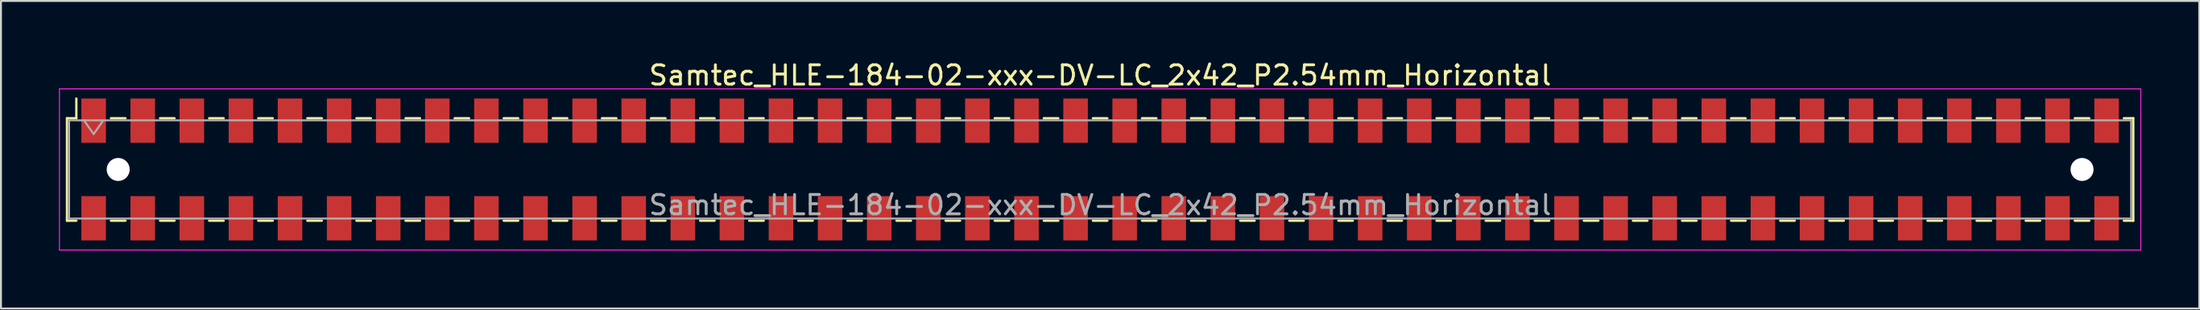
<source format=kicad_pcb>
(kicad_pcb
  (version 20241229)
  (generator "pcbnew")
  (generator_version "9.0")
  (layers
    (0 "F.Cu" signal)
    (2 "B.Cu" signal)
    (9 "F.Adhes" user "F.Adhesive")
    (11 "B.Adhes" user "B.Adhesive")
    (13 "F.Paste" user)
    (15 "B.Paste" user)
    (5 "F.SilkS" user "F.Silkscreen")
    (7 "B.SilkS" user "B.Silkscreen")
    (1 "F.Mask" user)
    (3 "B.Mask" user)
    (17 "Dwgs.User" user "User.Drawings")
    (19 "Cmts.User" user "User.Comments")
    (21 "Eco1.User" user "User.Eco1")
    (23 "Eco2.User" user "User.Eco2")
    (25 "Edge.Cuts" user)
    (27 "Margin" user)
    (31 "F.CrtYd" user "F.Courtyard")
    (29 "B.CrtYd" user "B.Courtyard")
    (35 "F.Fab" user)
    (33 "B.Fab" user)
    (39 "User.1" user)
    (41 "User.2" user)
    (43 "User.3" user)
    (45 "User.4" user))
  (footprint "Samtec_HLE-184-02-xxx-DV-LC_2x42_P2.54mm_Horizontal"
    (layer "F.Cu")
    (at 53.865 5.718)
    (property "Reference" "Samtec_HLE-184-02-xxx-DV-LC_2x42_P2.54mm_Horizontal" (at 0 -4.87 0) (layer "F.SilkS") (effects (font (size 1 1) (thickness 0.15))))
    (attr smd)
    (fp_line (start -53.45 -2.65) (end -53.45 2.65) (stroke (width 0.12) (type solid)) (layer "F.SilkS"))
    (fp_line (start -53.45 2.65) (end -52.965 2.65) (stroke (width 0.12) (type solid)) (layer "F.SilkS"))
    (fp_line (start -52.965 -3.67) (end -52.965 -2.65) (stroke (width 0.12) (type solid)) (layer "F.SilkS"))
    (fp_line (start -52.965 -2.65) (end -53.45 -2.65) (stroke (width 0.12) (type solid)) (layer "F.SilkS"))
    (fp_line (start -51.175 -2.65) (end -50.425 -2.65) (stroke (width 0.12) (type solid)) (layer "F.SilkS"))
    (fp_line (start -51.175 2.65) (end -50.425 2.65) (stroke (width 0.12) (type solid)) (layer "F.SilkS"))
    (fp_line (start -48.635 -2.65) (end -47.885 -2.65) (stroke (width 0.12) (type solid)) (layer "F.SilkS"))
    (fp_line (start -48.635 2.65) (end -47.885 2.65) (stroke (width 0.12) (type solid)) (layer "F.SilkS"))
    (fp_line (start -46.095 -2.65) (end -45.345 -2.65) (stroke (width 0.12) (type solid)) (layer "F.SilkS"))
    (fp_line (start -46.095 2.65) (end -45.345 2.65) (stroke (width 0.12) (type solid)) (layer "F.SilkS"))
    (fp_line (start -43.555 -2.65) (end -42.805 -2.65) (stroke (width 0.12) (type solid)) (layer "F.SilkS"))
    (fp_line (start -43.555 2.65) (end -42.805 2.65) (stroke (width 0.12) (type solid)) (layer "F.SilkS"))
    (fp_line (start -41.015 -2.65) (end -40.265 -2.65) (stroke (width 0.12) (type solid)) (layer "F.SilkS"))
    (fp_line (start -41.015 2.65) (end -40.265 2.65) (stroke (width 0.12) (type solid)) (layer "F.SilkS"))
    (fp_line (start -38.475 -2.65) (end -37.725 -2.65) (stroke (width 0.12) (type solid)) (layer "F.SilkS"))
    (fp_line (start -38.475 2.65) (end -37.725 2.65) (stroke (width 0.12) (type solid)) (layer "F.SilkS"))
    (fp_line (start -35.935 -2.65) (end -35.185 -2.65) (stroke (width 0.12) (type solid)) (layer "F.SilkS"))
    (fp_line (start -35.935 2.65) (end -35.185 2.65) (stroke (width 0.12) (type solid)) (layer "F.SilkS"))
    (fp_line (start -33.395 -2.65) (end -32.645 -2.65) (stroke (width 0.12) (type solid)) (layer "F.SilkS"))
    (fp_line (start -33.395 2.65) (end -32.645 2.65) (stroke (width 0.12) (type solid)) (layer "F.SilkS"))
    (fp_line (start -30.855 -2.65) (end -30.105 -2.65) (stroke (width 0.12) (type solid)) (layer "F.SilkS"))
    (fp_line (start -30.855 2.65) (end -30.105 2.65) (stroke (width 0.12) (type solid)) (layer "F.SilkS"))
    (fp_line (start -28.315 -2.65) (end -27.565 -2.65) (stroke (width 0.12) (type solid)) (layer "F.SilkS"))
    (fp_line (start -28.315 2.65) (end -27.565 2.65) (stroke (width 0.12) (type solid)) (layer "F.SilkS"))
    (fp_line (start -25.775 -2.65) (end -25.025 -2.65) (stroke (width 0.12) (type solid)) (layer "F.SilkS"))
    (fp_line (start -25.775 2.65) (end -25.025 2.65) (stroke (width 0.12) (type solid)) (layer "F.SilkS"))
    (fp_line (start -23.235 -2.65) (end -22.485 -2.65) (stroke (width 0.12) (type solid)) (layer "F.SilkS"))
    (fp_line (start -23.235 2.65) (end -22.485 2.65) (stroke (width 0.12) (type solid)) (layer "F.SilkS"))
    (fp_line (start -20.695 -2.65) (end -19.945 -2.65) (stroke (width 0.12) (type solid)) (layer "F.SilkS"))
    (fp_line (start -20.695 2.65) (end -19.945 2.65) (stroke (width 0.12) (type solid)) (layer "F.SilkS"))
    (fp_line (start -18.155 -2.65) (end -17.405 -2.65) (stroke (width 0.12) (type solid)) (layer "F.SilkS"))
    (fp_line (start -18.155 2.65) (end -17.405 2.65) (stroke (width 0.12) (type solid)) (layer "F.SilkS"))
    (fp_line (start -15.615 -2.65) (end -14.865 -2.65) (stroke (width 0.12) (type solid)) (layer "F.SilkS"))
    (fp_line (start -15.615 2.65) (end -14.865 2.65) (stroke (width 0.12) (type solid)) (layer "F.SilkS"))
    (fp_line (start -13.075 -2.65) (end -12.325 -2.65) (stroke (width 0.12) (type solid)) (layer "F.SilkS"))
    (fp_line (start -13.075 2.65) (end -12.325 2.65) (stroke (width 0.12) (type solid)) (layer "F.SilkS"))
    (fp_line (start -10.535 -2.65) (end -9.785 -2.65) (stroke (width 0.12) (type solid)) (layer "F.SilkS"))
    (fp_line (start -10.535 2.65) (end -9.785 2.65) (stroke (width 0.12) (type solid)) (layer "F.SilkS"))
    (fp_line (start -7.995 -2.65) (end -7.245 -2.65) (stroke (width 0.12) (type solid)) (layer "F.SilkS"))
    (fp_line (start -7.995 2.65) (end -7.245 2.65) (stroke (width 0.12) (type solid)) (layer "F.SilkS"))
    (fp_line (start -5.455 -2.65) (end -4.705 -2.65) (stroke (width 0.12) (type solid)) (layer "F.SilkS"))
    (fp_line (start -5.455 2.65) (end -4.705 2.65) (stroke (width 0.12) (type solid)) (layer "F.SilkS"))
    (fp_line (start -2.915 -2.65) (end -2.165 -2.65) (stroke (width 0.12) (type solid)) (layer "F.SilkS"))
    (fp_line (start -2.915 2.65) (end -2.165 2.65) (stroke (width 0.12) (type solid)) (layer "F.SilkS"))
    (fp_line (start -0.375 -2.65) (end 0.375 -2.65) (stroke (width 0.12) (type solid)) (layer "F.SilkS"))
    (fp_line (start -0.375 2.65) (end 0.375 2.65) (stroke (width 0.12) (type solid)) (layer "F.SilkS"))
    (fp_line (start 2.165 -2.65) (end 2.915 -2.65) (stroke (width 0.12) (type solid)) (layer "F.SilkS"))
    (fp_line (start 2.165 2.65) (end 2.915 2.65) (stroke (width 0.12) (type solid)) (layer "F.SilkS"))
    (fp_line (start 4.705 -2.65) (end 5.455 -2.65) (stroke (width 0.12) (type solid)) (layer "F.SilkS"))
    (fp_line (start 4.705 2.65) (end 5.455 2.65) (stroke (width 0.12) (type solid)) (layer "F.SilkS"))
    (fp_line (start 7.245 -2.65) (end 7.995 -2.65) (stroke (width 0.12) (type solid)) (layer "F.SilkS"))
    (fp_line (start 7.245 2.65) (end 7.995 2.65) (stroke (width 0.12) (type solid)) (layer "F.SilkS"))
    (fp_line (start 9.785 -2.65) (end 10.535 -2.65) (stroke (width 0.12) (type solid)) (layer "F.SilkS"))
    (fp_line (start 9.785 2.65) (end 10.535 2.65) (stroke (width 0.12) (type solid)) (layer "F.SilkS"))
    (fp_line (start 12.325 -2.65) (end 13.075 -2.65) (stroke (width 0.12) (type solid)) (layer "F.SilkS"))
    (fp_line (start 12.325 2.65) (end 13.075 2.65) (stroke (width 0.12) (type solid)) (layer "F.SilkS"))
    (fp_line (start 14.865 -2.65) (end 15.615 -2.65) (stroke (width 0.12) (type solid)) (layer "F.SilkS"))
    (fp_line (start 14.865 2.65) (end 15.615 2.65) (stroke (width 0.12) (type solid)) (layer "F.SilkS"))
    (fp_line (start 17.405 -2.65) (end 18.155 -2.65) (stroke (width 0.12) (type solid)) (layer "F.SilkS"))
    (fp_line (start 17.405 2.65) (end 18.155 2.65) (stroke (width 0.12) (type solid)) (layer "F.SilkS"))
    (fp_line (start 19.945 -2.65) (end 20.695 -2.65) (stroke (width 0.12) (type solid)) (layer "F.SilkS"))
    (fp_line (start 19.945 2.65) (end 20.695 2.65) (stroke (width 0.12) (type solid)) (layer "F.SilkS"))
    (fp_line (start 22.485 -2.65) (end 23.235 -2.65) (stroke (width 0.12) (type solid)) (layer "F.SilkS"))
    (fp_line (start 22.485 2.65) (end 23.235 2.65) (stroke (width 0.12) (type solid)) (layer "F.SilkS"))
    (fp_line (start 25.025 -2.65) (end 25.775 -2.65) (stroke (width 0.12) (type solid)) (layer "F.SilkS"))
    (fp_line (start 25.025 2.65) (end 25.775 2.65) (stroke (width 0.12) (type solid)) (layer "F.SilkS"))
    (fp_line (start 27.565 -2.65) (end 28.315 -2.65) (stroke (width 0.12) (type solid)) (layer "F.SilkS"))
    (fp_line (start 27.565 2.65) (end 28.315 2.65) (stroke (width 0.12) (type solid)) (layer "F.SilkS"))
    (fp_line (start 30.105 -2.65) (end 30.855 -2.65) (stroke (width 0.12) (type solid)) (layer "F.SilkS"))
    (fp_line (start 30.105 2.65) (end 30.855 2.65) (stroke (width 0.12) (type solid)) (layer "F.SilkS"))
    (fp_line (start 32.645 -2.65) (end 33.395 -2.65) (stroke (width 0.12) (type solid)) (layer "F.SilkS"))
    (fp_line (start 32.645 2.65) (end 33.395 2.65) (stroke (width 0.12) (type solid)) (layer "F.SilkS"))
    (fp_line (start 35.185 -2.65) (end 35.935 -2.65) (stroke (width 0.12) (type solid)) (layer "F.SilkS"))
    (fp_line (start 35.185 2.65) (end 35.935 2.65) (stroke (width 0.12) (type solid)) (layer "F.SilkS"))
    (fp_line (start 37.725 -2.65) (end 38.475 -2.65) (stroke (width 0.12) (type solid)) (layer "F.SilkS"))
    (fp_line (start 37.725 2.65) (end 38.475 2.65) (stroke (width 0.12) (type solid)) (layer "F.SilkS"))
    (fp_line (start 40.265 -2.65) (end 41.015 -2.65) (stroke (width 0.12) (type solid)) (layer "F.SilkS"))
    (fp_line (start 40.265 2.65) (end 41.015 2.65) (stroke (width 0.12) (type solid)) (layer "F.SilkS"))
    (fp_line (start 42.805 -2.65) (end 43.555 -2.65) (stroke (width 0.12) (type solid)) (layer "F.SilkS"))
    (fp_line (start 42.805 2.65) (end 43.555 2.65) (stroke (width 0.12) (type solid)) (layer "F.SilkS"))
    (fp_line (start 45.345 -2.65) (end 46.095 -2.65) (stroke (width 0.12) (type solid)) (layer "F.SilkS"))
    (fp_line (start 45.345 2.65) (end 46.095 2.65) (stroke (width 0.12) (type solid)) (layer "F.SilkS"))
    (fp_line (start 47.885 -2.65) (end 48.635 -2.65) (stroke (width 0.12) (type solid)) (layer "F.SilkS"))
    (fp_line (start 47.885 2.65) (end 48.635 2.65) (stroke (width 0.12) (type solid)) (layer "F.SilkS"))
    (fp_line (start 50.425 -2.65) (end 51.175 -2.65) (stroke (width 0.12) (type solid)) (layer "F.SilkS"))
    (fp_line (start 50.425 2.65) (end 51.175 2.65) (stroke (width 0.12) (type solid)) (layer "F.SilkS"))
    (fp_line (start 52.965 -2.65) (end 53.45 -2.65) (stroke (width 0.12) (type solid)) (layer "F.SilkS"))
    (fp_line (start 53.45 -2.65) (end 53.45 2.65) (stroke (width 0.12) (type solid)) (layer "F.SilkS"))
    (fp_line (start 53.45 2.65) (end 52.965 2.65) (stroke (width 0.12) (type solid)) (layer "F.SilkS"))
    (fp_line (start -53.84 -4.17) (end 53.84 -4.17) (stroke (width 0.05) (type solid)) (layer "F.CrtYd"))
    (fp_line (start -53.84 4.17) (end -53.84 -4.17) (stroke (width 0.05) (type solid)) (layer "F.CrtYd"))
    (fp_line (start 53.84 -4.17) (end 53.84 4.17) (stroke (width 0.05) (type solid)) (layer "F.CrtYd"))
    (fp_line (start 53.84 4.17) (end -53.84 4.17) (stroke (width 0.05) (type solid)) (layer "F.CrtYd"))
    (fp_line (start -53.34 -2.54) (end 53.34 -2.54) (stroke (width 0.1) (type solid)) (layer "F.Fab"))
    (fp_line (start -53.34 2.54) (end -53.34 -2.54) (stroke (width 0.1) (type solid)) (layer "F.Fab"))
    (fp_line (start -52.57 -2.54) (end -52.07 -1.833) (stroke (width 0.1) (type solid)) (layer "F.Fab"))
    (fp_line (start -52.07 -1.833) (end -51.57 -2.54) (stroke (width 0.1) (type solid)) (layer "F.Fab"))
    (fp_line (start 53.34 -2.54) (end 53.34 2.54) (stroke (width 0.1) (type solid)) (layer "F.Fab"))
    (fp_line (start 53.34 2.54) (end -53.34 2.54) (stroke (width 0.1) (type solid)) (layer "F.Fab"))
    (fp_text user "${REFERENCE}" (at 0 1.84 0) (layer "F.Fab") (effects (font (size 1 1) (thickness 0.15))))
    (pad "" np_thru_hole circle (at -50.8 0) (size 1.19 1.19) (drill 1.19) (layers "*.Cu" "*.Mask"))
    (pad "" np_thru_hole circle (at 50.8 0) (size 1.19 1.19) (drill 1.19) (layers "*.Cu" "*.Mask"))
    (pad "1" smd rect (at -52.07 -2.525) (size 1.27 2.29) (layers "F.Cu" "F.Mask" "F.Paste"))
    (pad "2" smd rect (at -52.07 2.525) (size 1.27 2.29) (layers "F.Cu" "F.Mask" "F.Paste"))
    (pad "3" smd rect (at -49.53 -2.525) (size 1.27 2.29) (layers "F.Cu" "F.Mask" "F.Paste"))
    (pad "4" smd rect (at -49.53 2.525) (size 1.27 2.29) (layers "F.Cu" "F.Mask" "F.Paste"))
    (pad "5" smd rect (at -46.99 -2.525) (size 1.27 2.29) (layers "F.Cu" "F.Mask" "F.Paste"))
    (pad "6" smd rect (at -46.99 2.525) (size 1.27 2.29) (layers "F.Cu" "F.Mask" "F.Paste"))
    (pad "7" smd rect (at -44.45 -2.525) (size 1.27 2.29) (layers "F.Cu" "F.Mask" "F.Paste"))
    (pad "8" smd rect (at -44.45 2.525) (size 1.27 2.29) (layers "F.Cu" "F.Mask" "F.Paste"))
    (pad "9" smd rect (at -41.91 -2.525) (size 1.27 2.29) (layers "F.Cu" "F.Mask" "F.Paste"))
    (pad "10" smd rect (at -41.91 2.525) (size 1.27 2.29) (layers "F.Cu" "F.Mask" "F.Paste"))
    (pad "11" smd rect (at -39.37 -2.525) (size 1.27 2.29) (layers "F.Cu" "F.Mask" "F.Paste"))
    (pad "12" smd rect (at -39.37 2.525) (size 1.27 2.29) (layers "F.Cu" "F.Mask" "F.Paste"))
    (pad "13" smd rect (at -36.83 -2.525) (size 1.27 2.29) (layers "F.Cu" "F.Mask" "F.Paste"))
    (pad "14" smd rect (at -36.83 2.525) (size 1.27 2.29) (layers "F.Cu" "F.Mask" "F.Paste"))
    (pad "15" smd rect (at -34.29 -2.525) (size 1.27 2.29) (layers "F.Cu" "F.Mask" "F.Paste"))
    (pad "16" smd rect (at -34.29 2.525) (size 1.27 2.29) (layers "F.Cu" "F.Mask" "F.Paste"))
    (pad "17" smd rect (at -31.75 -2.525) (size 1.27 2.29) (layers "F.Cu" "F.Mask" "F.Paste"))
    (pad "18" smd rect (at -31.75 2.525) (size 1.27 2.29) (layers "F.Cu" "F.Mask" "F.Paste"))
    (pad "19" smd rect (at -29.21 -2.525) (size 1.27 2.29) (layers "F.Cu" "F.Mask" "F.Paste"))
    (pad "20" smd rect (at -29.21 2.525) (size 1.27 2.29) (layers "F.Cu" "F.Mask" "F.Paste"))
    (pad "21" smd rect (at -26.67 -2.525) (size 1.27 2.29) (layers "F.Cu" "F.Mask" "F.Paste"))
    (pad "22" smd rect (at -26.67 2.525) (size 1.27 2.29) (layers "F.Cu" "F.Mask" "F.Paste"))
    (pad "23" smd rect (at -24.13 -2.525) (size 1.27 2.29) (layers "F.Cu" "F.Mask" "F.Paste"))
    (pad "24" smd rect (at -24.13 2.525) (size 1.27 2.29) (layers "F.Cu" "F.Mask" "F.Paste"))
    (pad "25" smd rect (at -21.59 -2.525) (size 1.27 2.29) (layers "F.Cu" "F.Mask" "F.Paste"))
    (pad "26" smd rect (at -21.59 2.525) (size 1.27 2.29) (layers "F.Cu" "F.Mask" "F.Paste"))
    (pad "27" smd rect (at -19.05 -2.525) (size 1.27 2.29) (layers "F.Cu" "F.Mask" "F.Paste"))
    (pad "28" smd rect (at -19.05 2.525) (size 1.27 2.29) (layers "F.Cu" "F.Mask" "F.Paste"))
    (pad "29" smd rect (at -16.51 -2.525) (size 1.27 2.29) (layers "F.Cu" "F.Mask" "F.Paste"))
    (pad "30" smd rect (at -16.51 2.525) (size 1.27 2.29) (layers "F.Cu" "F.Mask" "F.Paste"))
    (pad "31" smd rect (at -13.97 -2.525) (size 1.27 2.29) (layers "F.Cu" "F.Mask" "F.Paste"))
    (pad "32" smd rect (at -13.97 2.525) (size 1.27 2.29) (layers "F.Cu" "F.Mask" "F.Paste"))
    (pad "33" smd rect (at -11.43 -2.525) (size 1.27 2.29) (layers "F.Cu" "F.Mask" "F.Paste"))
    (pad "34" smd rect (at -11.43 2.525) (size 1.27 2.29) (layers "F.Cu" "F.Mask" "F.Paste"))
    (pad "35" smd rect (at -8.89 -2.525) (size 1.27 2.29) (layers "F.Cu" "F.Mask" "F.Paste"))
    (pad "36" smd rect (at -8.89 2.525) (size 1.27 2.29) (layers "F.Cu" "F.Mask" "F.Paste"))
    (pad "37" smd rect (at -6.35 -2.525) (size 1.27 2.29) (layers "F.Cu" "F.Mask" "F.Paste"))
    (pad "38" smd rect (at -6.35 2.525) (size 1.27 2.29) (layers "F.Cu" "F.Mask" "F.Paste"))
    (pad "39" smd rect (at -3.81 -2.525) (size 1.27 2.29) (layers "F.Cu" "F.Mask" "F.Paste"))
    (pad "40" smd rect (at -3.81 2.525) (size 1.27 2.29) (layers "F.Cu" "F.Mask" "F.Paste"))
    (pad "41" smd rect (at -1.27 -2.525) (size 1.27 2.29) (layers "F.Cu" "F.Mask" "F.Paste"))
    (pad "42" smd rect (at -1.27 2.525) (size 1.27 2.29) (layers "F.Cu" "F.Mask" "F.Paste"))
    (pad "43" smd rect (at 1.27 -2.525) (size 1.27 2.29) (layers "F.Cu" "F.Mask" "F.Paste"))
    (pad "44" smd rect (at 1.27 2.525) (size 1.27 2.29) (layers "F.Cu" "F.Mask" "F.Paste"))
    (pad "45" smd rect (at 3.81 -2.525) (size 1.27 2.29) (layers "F.Cu" "F.Mask" "F.Paste"))
    (pad "46" smd rect (at 3.81 2.525) (size 1.27 2.29) (layers "F.Cu" "F.Mask" "F.Paste"))
    (pad "47" smd rect (at 6.35 -2.525) (size 1.27 2.29) (layers "F.Cu" "F.Mask" "F.Paste"))
    (pad "48" smd rect (at 6.35 2.525) (size 1.27 2.29) (layers "F.Cu" "F.Mask" "F.Paste"))
    (pad "49" smd rect (at 8.89 -2.525) (size 1.27 2.29) (layers "F.Cu" "F.Mask" "F.Paste"))
    (pad "50" smd rect (at 8.89 2.525) (size 1.27 2.29) (layers "F.Cu" "F.Mask" "F.Paste"))
    (pad "51" smd rect (at 11.43 -2.525) (size 1.27 2.29) (layers "F.Cu" "F.Mask" "F.Paste"))
    (pad "52" smd rect (at 11.43 2.525) (size 1.27 2.29) (layers "F.Cu" "F.Mask" "F.Paste"))
    (pad "53" smd rect (at 13.97 -2.525) (size 1.27 2.29) (layers "F.Cu" "F.Mask" "F.Paste"))
    (pad "54" smd rect (at 13.97 2.525) (size 1.27 2.29) (layers "F.Cu" "F.Mask" "F.Paste"))
    (pad "55" smd rect (at 16.51 -2.525) (size 1.27 2.29) (layers "F.Cu" "F.Mask" "F.Paste"))
    (pad "56" smd rect (at 16.51 2.525) (size 1.27 2.29) (layers "F.Cu" "F.Mask" "F.Paste"))
    (pad "57" smd rect (at 19.05 -2.525) (size 1.27 2.29) (layers "F.Cu" "F.Mask" "F.Paste"))
    (pad "58" smd rect (at 19.05 2.525) (size 1.27 2.29) (layers "F.Cu" "F.Mask" "F.Paste"))
    (pad "59" smd rect (at 21.59 -2.525) (size 1.27 2.29) (layers "F.Cu" "F.Mask" "F.Paste"))
    (pad "60" smd rect (at 21.59 2.525) (size 1.27 2.29) (layers "F.Cu" "F.Mask" "F.Paste"))
    (pad "61" smd rect (at 24.13 -2.525) (size 1.27 2.29) (layers "F.Cu" "F.Mask" "F.Paste"))
    (pad "62" smd rect (at 24.13 2.525) (size 1.27 2.29) (layers "F.Cu" "F.Mask" "F.Paste"))
    (pad "63" smd rect (at 26.67 -2.525) (size 1.27 2.29) (layers "F.Cu" "F.Mask" "F.Paste"))
    (pad "64" smd rect (at 26.67 2.525) (size 1.27 2.29) (layers "F.Cu" "F.Mask" "F.Paste"))
    (pad "65" smd rect (at 29.21 -2.525) (size 1.27 2.29) (layers "F.Cu" "F.Mask" "F.Paste"))
    (pad "66" smd rect (at 29.21 2.525) (size 1.27 2.29) (layers "F.Cu" "F.Mask" "F.Paste"))
    (pad "67" smd rect (at 31.75 -2.525) (size 1.27 2.29) (layers "F.Cu" "F.Mask" "F.Paste"))
    (pad "68" smd rect (at 31.75 2.525) (size 1.27 2.29) (layers "F.Cu" "F.Mask" "F.Paste"))
    (pad "69" smd rect (at 34.29 -2.525) (size 1.27 2.29) (layers "F.Cu" "F.Mask" "F.Paste"))
    (pad "70" smd rect (at 34.29 2.525) (size 1.27 2.29) (layers "F.Cu" "F.Mask" "F.Paste"))
    (pad "71" smd rect (at 36.83 -2.525) (size 1.27 2.29) (layers "F.Cu" "F.Mask" "F.Paste"))
    (pad "72" smd rect (at 36.83 2.525) (size 1.27 2.29) (layers "F.Cu" "F.Mask" "F.Paste"))
    (pad "73" smd rect (at 39.37 -2.525) (size 1.27 2.29) (layers "F.Cu" "F.Mask" "F.Paste"))
    (pad "74" smd rect (at 39.37 2.525) (size 1.27 2.29) (layers "F.Cu" "F.Mask" "F.Paste"))
    (pad "75" smd rect (at 41.91 -2.525) (size 1.27 2.29) (layers "F.Cu" "F.Mask" "F.Paste"))
    (pad "76" smd rect (at 41.91 2.525) (size 1.27 2.29) (layers "F.Cu" "F.Mask" "F.Paste"))
    (pad "77" smd rect (at 44.45 -2.525) (size 1.27 2.29) (layers "F.Cu" "F.Mask" "F.Paste"))
    (pad "78" smd rect (at 44.45 2.525) (size 1.27 2.29) (layers "F.Cu" "F.Mask" "F.Paste"))
    (pad "79" smd rect (at 46.99 -2.525) (size 1.27 2.29) (layers "F.Cu" "F.Mask" "F.Paste"))
    (pad "80" smd rect (at 46.99 2.525) (size 1.27 2.29) (layers "F.Cu" "F.Mask" "F.Paste"))
    (pad "81" smd rect (at 49.53 -2.525) (size 1.27 2.29) (layers "F.Cu" "F.Mask" "F.Paste"))
    (pad "82" smd rect (at 49.53 2.525) (size 1.27 2.29) (layers "F.Cu" "F.Mask" "F.Paste"))
    (pad "83" smd rect (at 52.07 -2.525) (size 1.27 2.29) (layers "F.Cu" "F.Mask" "F.Paste"))
    (pad "84" smd rect (at 52.07 2.525) (size 1.27 2.29) (layers "F.Cu" "F.Mask" "F.Paste")))
  (gr_rect
    (start -3 -3)
    (end 110.73 12.913)
    (stroke (width 0.1) (type default))
    (fill no)
    (layer "Edge.Cuts")))
</source>
